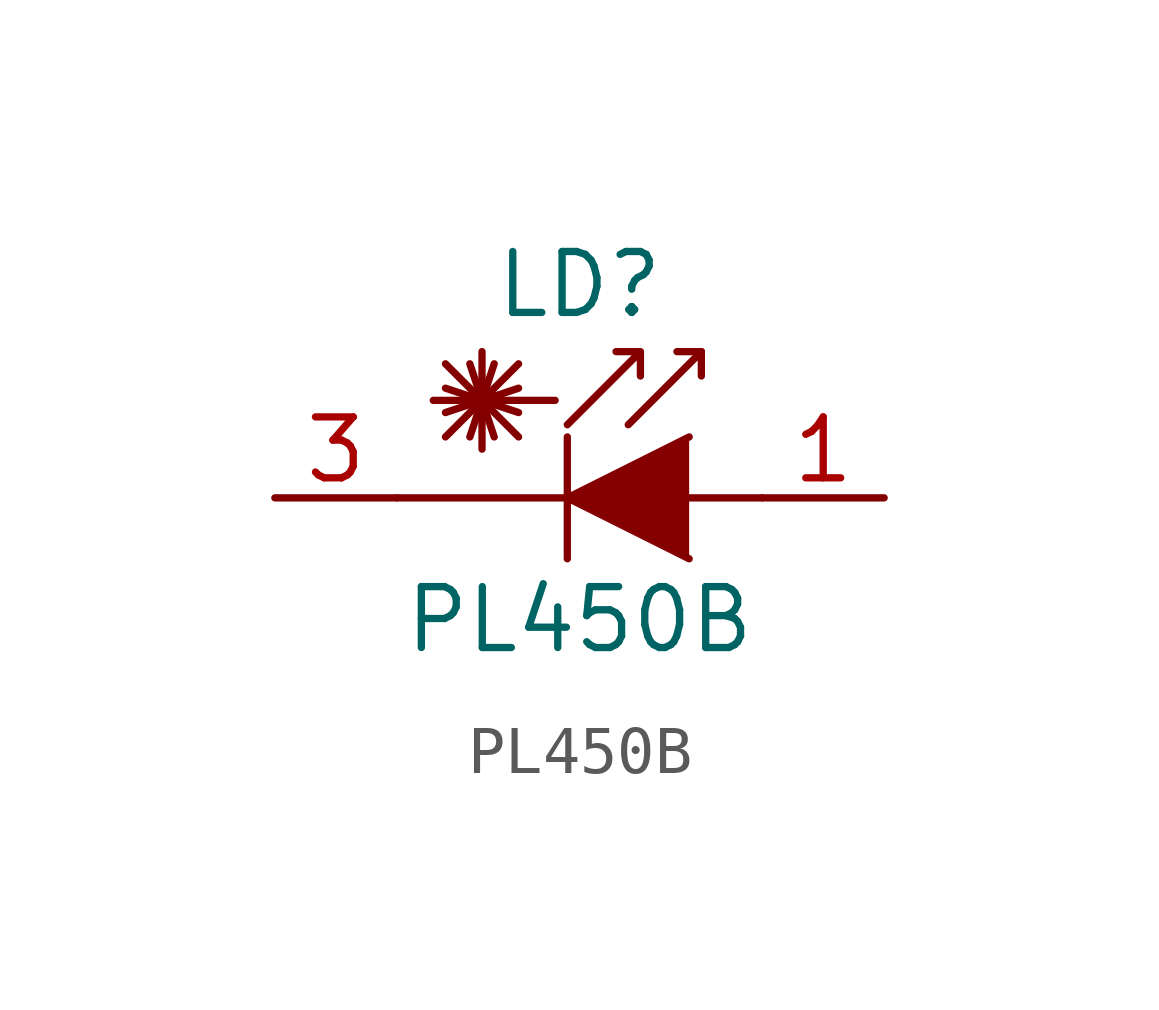
<source format=kicad_sym>
(kicad_symbol_lib
  (version 20211014)
  (generator kicad_symbol_editor)
  (symbol "PL450B"
    (pin_names
      (offset 1.016) hide)
    (property "Reference" "LD"
      (at -1.27 4.445 0)
      (effects (font (size 1.27 1.27))))
    (property "Value" "PL450B"
      (at -1.27 -2.54 0)
      (effects (font (size 1.27 1.27))))
    (symbol "PL450B_0_1"
      (polyline (pts (xy -4.064 1.27) (xy -2.54 2.794)) (stroke (width 0) (type default) (color 0 0 0 0)) (fill (type none)))
      (polyline (pts (xy -4.064 1.778) (xy -2.54 2.286)) (stroke (width 0) (type default) (color 0 0 0 0)) (fill (type none)))
      (polyline (pts (xy -4.064 2.286) (xy -2.54 1.778)) (stroke (width 0) (type default) (color 0 0 0 0)) (fill (type none)))
      (polyline (pts (xy -4.064 2.794) (xy -2.54 1.27)) (stroke (width 0) (type default) (color 0 0 0 0)) (fill (type none)))
      (polyline (pts (xy -3.556 2.794) (xy -3.048 1.27)) (stroke (width 0) (type default) (color 0 0 0 0)) (fill (type none)))
      (polyline (pts (xy -3.302 2.032) (xy -3.302 1.016)) (stroke (width 0) (type default) (color 0 0 0 0)) (fill (type none)))
      (polyline (pts (xy -3.302 2.032) (xy -3.302 3.048)) (stroke (width 0) (type default) (color 0 0 0 0)) (fill (type none)))
      (polyline (pts (xy -3.048 2.794) (xy -3.556 1.27)) (stroke (width 0) (type default) (color 0 0 0 0)) (fill (type none)))
      (polyline (pts (xy -1.778 2.032) (xy -4.318 2.032)) (stroke (width 0) (type default) (color 0 0 0 0)) (fill (type none)))
      (polyline (pts (xy -1.524 1.27) (xy -1.524 -1.27)) (stroke (width 0.152) (type default) (color 0 0 0 0)) (fill (type none)))
      (polyline (pts (xy 1.27 3.048) (xy 0.762 3.048)) (stroke (width 0) (type default) (color 0 0 0 0)) (fill (type none)))
      (polyline (pts (xy 2.54 0) (xy -5.08 0)) (stroke (width 0) (type default) (color 0 0 0 0)) (fill (type none)))
      (polyline (pts (xy -0.254 1.524) (xy 1.27 3.048) (xy 1.27 2.54)) (stroke (width 0) (type default) (color 0 0 0 0)) (fill (type none)))
      (polyline (pts (xy 1.016 1.27) (xy -1.524 0) (xy 1.016 -1.27)) (stroke (width 0) (type default) (color 0 0 0 0)) (fill (type outline)))
      (polyline (pts (xy -1.524 1.524) (xy 0 3.048) (xy 0 2.54) (xy 0 3.048) (xy -0.508 3.048)) (stroke (width 0) (type default) (color 0 0 0 0)) (fill (type none))))
    (symbol "PL450B_1_1"
      (pin passive line (at 5.08 0 180) (length 2.54) (name "A" (effects (font (size 1.27 1.27)))) (number "1" (effects (font (size 1.27 1.27)))))
      (pin no_connect line (at -1.27 0 0) (length 2.54) hide (name "NC" (effects (font (size 1.27 1.27)))) (number "2" (effects (font (size 1.27 1.27)))))
      (pin passive line (at -7.62 0 0) (length 2.54) (name "C" (effects (font (size 1.27 1.27)))) (number "3" (effects (font (size 1.27 1.27))))))))
</source>
